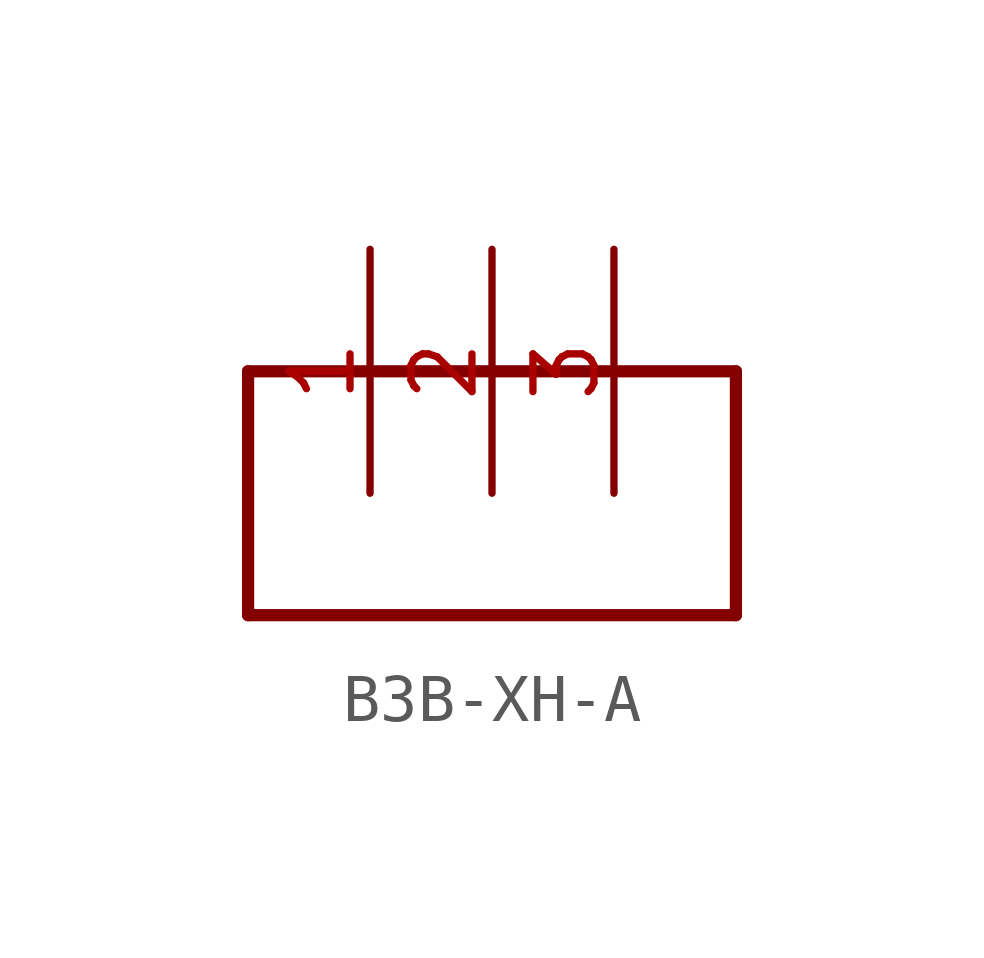
<source format=kicad_sym>
(kicad_symbol_lib
  (version 20211014)
  (generator kicad_symbol_editor)
  (symbol "B3B-XH-A"
    (property "Reference" ""
      (at 0 0 0)
      (effects (font (size 1.27 1.27)) hide))
    (property "ki_locked" ""
      (at 0 0 0)
      (effects (font (size 1.27 1.27))))
    (symbol "B3B-XH-A_1_0"
      (polyline (pts (xy -5.08 -5.08) (xy -5.08 0)) (stroke (width 0.254) (type default) (color 0 0 0 0)) (fill (type none)))
      (polyline (pts (xy -5.08 0) (xy 5.08 0)) (stroke (width 0.254) (type default) (color 0 0 0 0)) (fill (type none)))
      (polyline (pts (xy 5.08 -5.08) (xy -5.08 -5.08)) (stroke (width 0.254) (type default) (color 0 0 0 0)) (fill (type none)))
      (polyline (pts (xy 5.08 0) (xy 5.08 -5.08)) (stroke (width 0.254) (type default) (color 0 0 0 0)) (fill (type none)))
      (pin bidirectional line (at -2.54 2.54 270) (length 5.08) (name "1" (effects (font (size 0 0)))) (number "1" (effects (font (size 1.27 1.27)))))
      (pin bidirectional line (at 0 2.54 270) (length 5.08) (name "2" (effects (font (size 0 0)))) (number "2" (effects (font (size 1.27 1.27)))))
      (pin bidirectional line (at 2.54 2.54 270) (length 5.08) (name "3" (effects (font (size 0 0)))) (number "3" (effects (font (size 1.27 1.27))))))))
</source>
